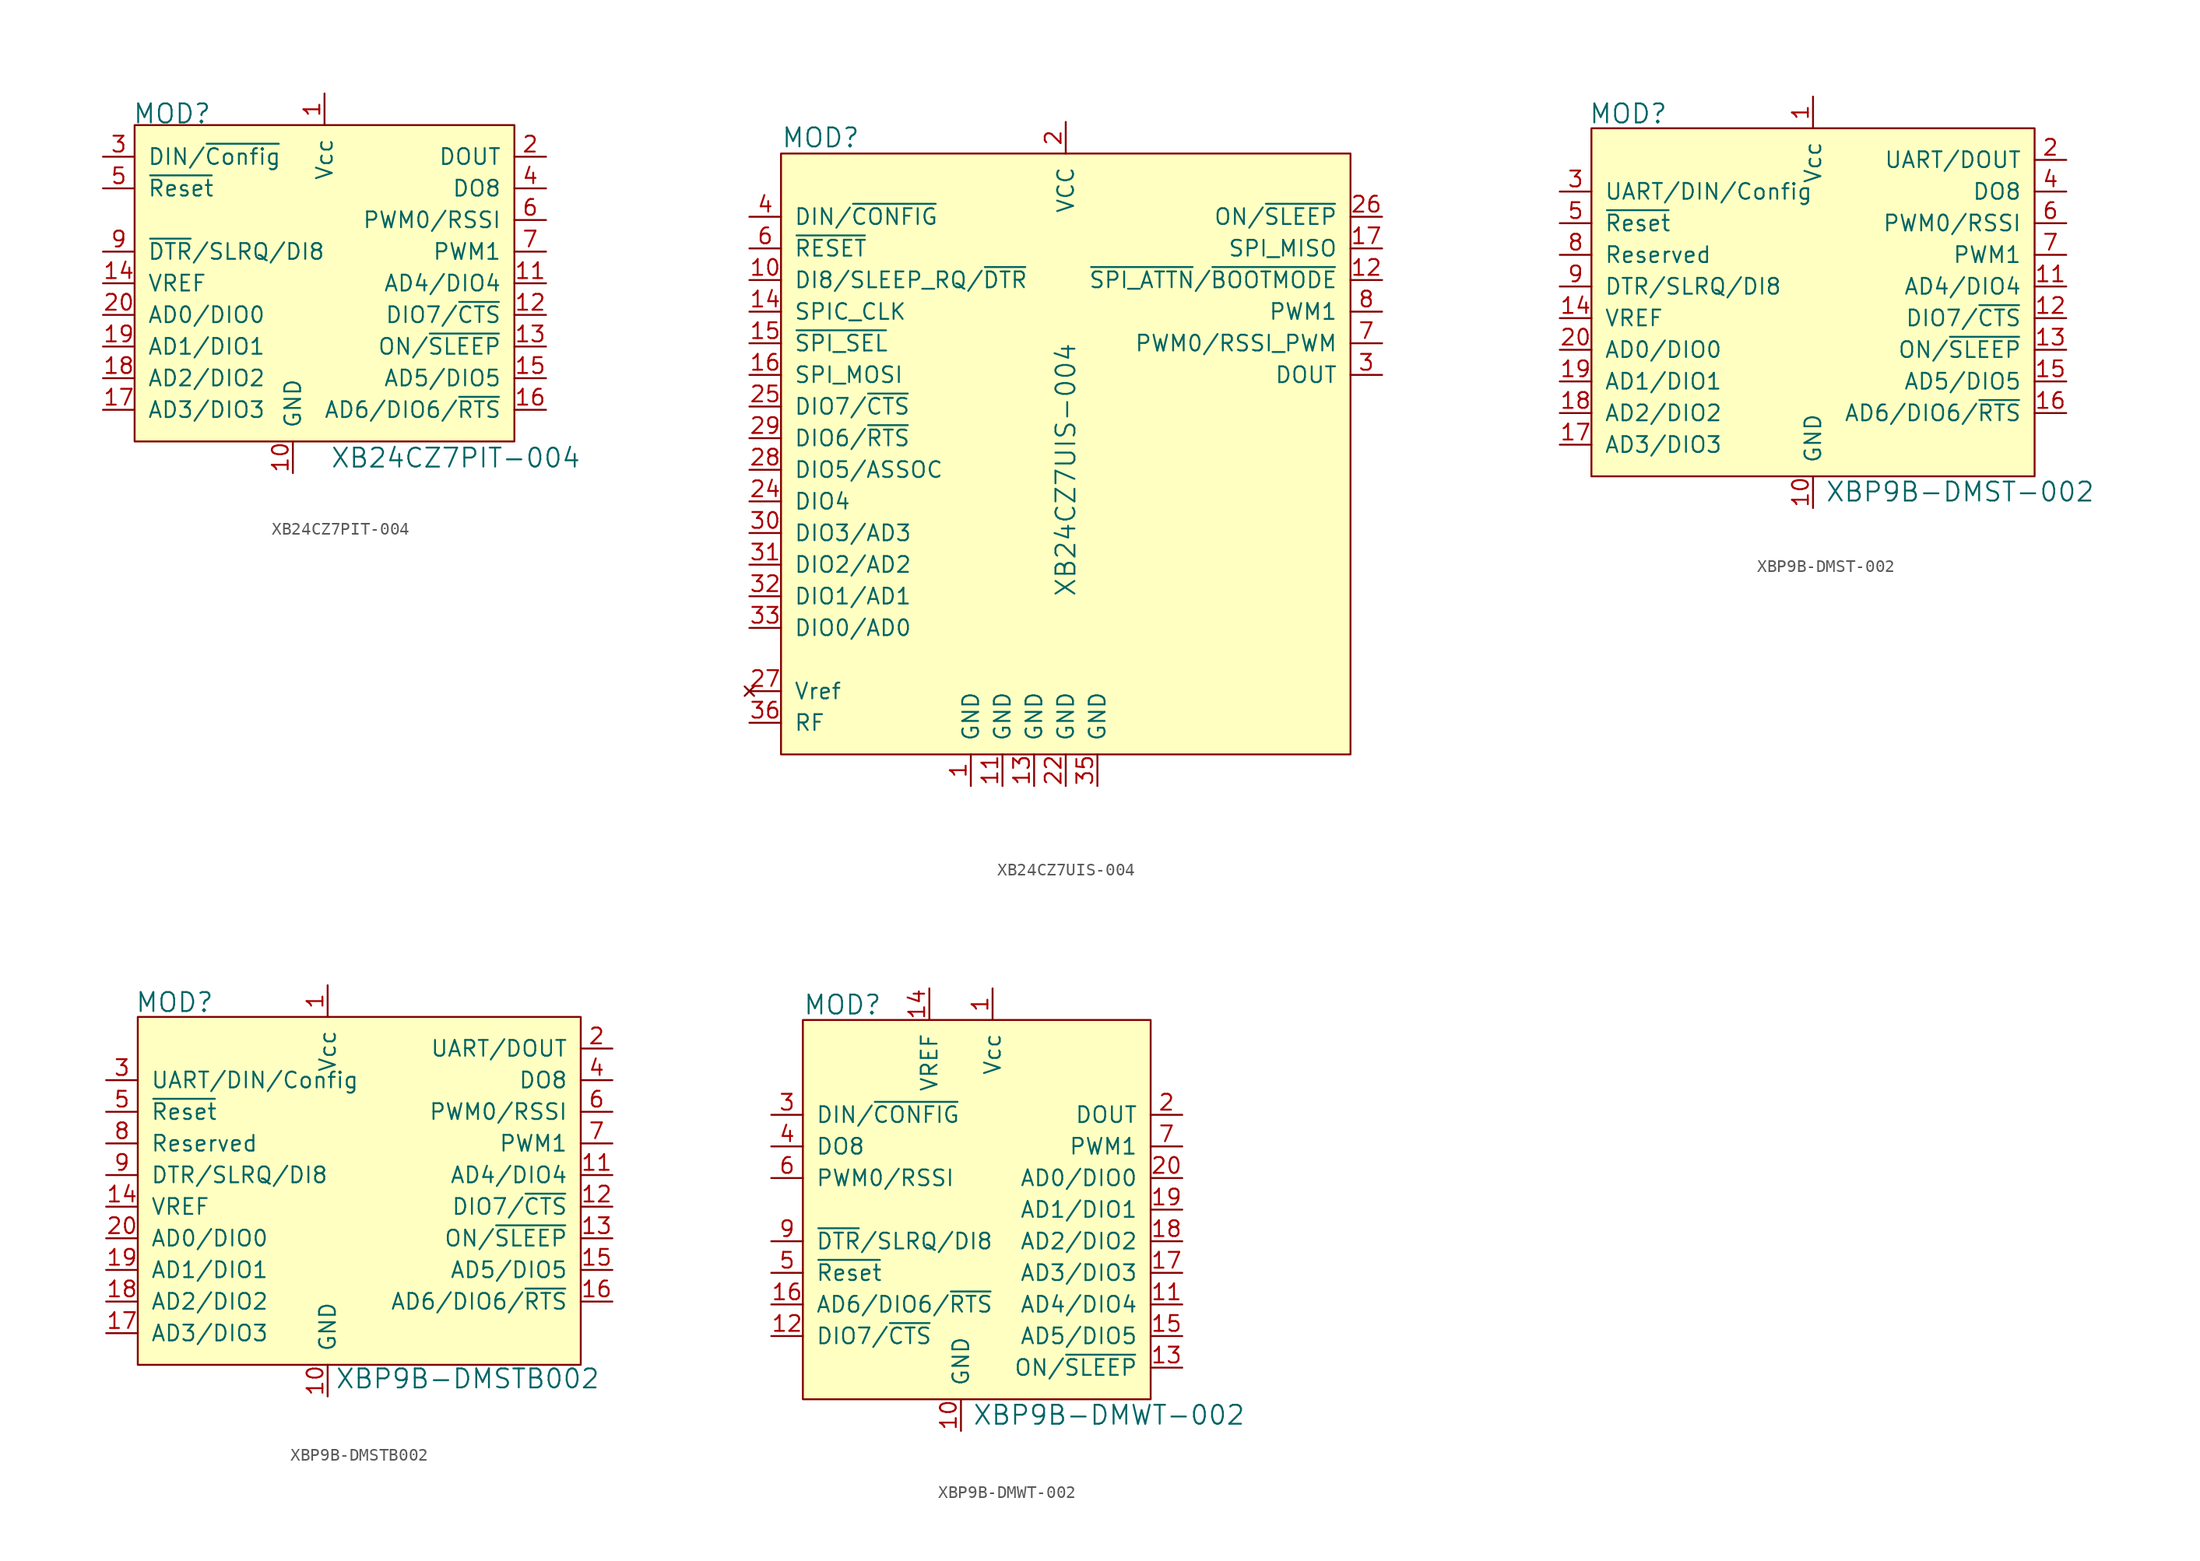
<source format=kicad_sym>
(kicad_symbol_lib
  (version 20231120)
  (generator "kicad_symbol_editor")
  (generator_version "8.0")
  (symbol "XB24CZ7PIT-004"
    (pin_names
      (offset 1.016))
    (property "Reference" "MOD"
      (at -17.958 18.694 0)
      (effects (font (size 1.524 1.524)) (justify left)))
    (property "Value" "XB24CZ7PIT-004"
      (at -2.083 -8.941 0)
      (effects (font (size 1.524 1.524)) (justify left)))
    (symbol "XB24CZ7PIT-004_0_1"
      (rectangle (start -17.78 17.78) (end 12.7 -7.62) (stroke (width 0) (type solid)) (fill (type background))))
    (symbol "XB24CZ7PIT-004_1_1"
      (pin power_in line (at -2.54 20.32 270) (length 2.54) (name "Vcc" (effects (font (size 1.27 1.27)))) (number "1" (effects (font (size 1.27 1.27)))))
      (pin power_in line (at -5.08 -10.16 90) (length 2.54) (name "GND" (effects (font (size 1.27 1.27)))) (number "10" (effects (font (size 1.27 1.27)))))
      (pin bidirectional line (at 15.24 5.08 180) (length 2.54) (name "AD4/DIO4" (effects (font (size 1.27 1.27)))) (number "11" (effects (font (size 1.27 1.27)))))
      (pin bidirectional line (at 15.24 2.54 180) (length 2.54) (name "DIO7/~{CTS}" (effects (font (size 1.27 1.27)))) (number "12" (effects (font (size 1.27 1.27)))))
      (pin output line (at 15.24 0 180) (length 2.54) (name "ON/~{SLEEP}" (effects (font (size 1.27 1.27)))) (number "13" (effects (font (size 1.27 1.27)))))
      (pin input line (at -20.32 5.08 0) (length 2.54) (name "VREF" (effects (font (size 1.27 1.27)))) (number "14" (effects (font (size 1.27 1.27)))))
      (pin bidirectional line (at 15.24 -2.54 180) (length 2.54) (name "AD5/DIO5" (effects (font (size 1.27 1.27)))) (number "15" (effects (font (size 1.27 1.27)))))
      (pin bidirectional line (at 15.24 -5.08 180) (length 2.54) (name "AD6/DIO6/~{RTS}" (effects (font (size 1.27 1.27)))) (number "16" (effects (font (size 1.27 1.27)))))
      (pin bidirectional line (at -20.32 -5.08 0) (length 2.54) (name "AD3/DIO3" (effects (font (size 1.27 1.27)))) (number "17" (effects (font (size 1.27 1.27)))))
      (pin bidirectional line (at -20.32 -2.54 0) (length 2.54) (name "AD2/DIO2" (effects (font (size 1.27 1.27)))) (number "18" (effects (font (size 1.27 1.27)))))
      (pin bidirectional line (at -20.32 0 0) (length 2.54) (name "AD1/DIO1" (effects (font (size 1.27 1.27)))) (number "19" (effects (font (size 1.27 1.27)))))
      (pin output line (at 15.24 15.24 180) (length 2.54) (name "DOUT" (effects (font (size 1.27 1.27)))) (number "2" (effects (font (size 1.27 1.27)))))
      (pin bidirectional line (at -20.32 2.54 0) (length 2.54) (name "AD0/DIO0" (effects (font (size 1.27 1.27)))) (number "20" (effects (font (size 1.27 1.27)))))
      (pin input line (at -20.32 15.24 0) (length 2.54) (name "DIN/~{Config}" (effects (font (size 1.27 1.27)))) (number "3" (effects (font (size 1.27 1.27)))))
      (pin output line (at 15.24 12.7 180) (length 2.54) (name "DO8" (effects (font (size 1.27 1.27)))) (number "4" (effects (font (size 1.27 1.27)))))
      (pin input line (at -20.32 12.7 0) (length 2.54) (name "~{Reset}" (effects (font (size 1.27 1.27)))) (number "5" (effects (font (size 1.27 1.27)))))
      (pin output line (at 15.24 10.16 180) (length 2.54) (name "PWM0/RSSI" (effects (font (size 1.27 1.27)))) (number "6" (effects (font (size 1.27 1.27)))))
      (pin output line (at 15.24 7.62 180) (length 2.54) (name "PWM1" (effects (font (size 1.27 1.27)))) (number "7" (effects (font (size 1.27 1.27)))))
      (pin no_connect line (at -17.78 10.16 0) (length 2.54) hide (name "Reserved" (effects (font (size 1.27 1.27)))) (number "8" (effects (font (size 1.27 1.27)))))
      (pin input line (at -20.32 7.62 0) (length 2.54) (name "~{DTR}/SLRQ/DI8" (effects (font (size 1.27 1.27)))) (number "9" (effects (font (size 1.27 1.27)))))))
  (symbol "XB24CZ7UIS-004"
    (pin_names
      (offset 1.016))
    (property "Reference" "MOD"
      (at -20.32 1.27 0)
      (effects (font (size 1.524 1.524)) (justify left)))
    (property "Value" "XB24CZ7UIS-004"
      (at 2.54 -25.4 90)
      (effects (font (size 1.524 1.524))))
    (symbol "XB24CZ7UIS-004_0_1"
      (rectangle (start -20.32 0) (end 25.4 -48.26) (stroke (width 0) (type solid)) (fill (type background))))
    (symbol "XB24CZ7UIS-004_1_1"
      (pin power_in line (at -5.08 -50.8 90) (length 2.54) (name "GND" (effects (font (size 1.27 1.27)))) (number "1" (effects (font (size 1.27 1.27)))))
      (pin input line (at -22.86 -10.16 0) (length 2.54) (name "DI8/SLEEP_RQ/~{DTR}" (effects (font (size 1.27 1.27)))) (number "10" (effects (font (size 1.27 1.27)))))
      (pin power_in line (at -2.54 -50.8 90) (length 2.54) (name "GND" (effects (font (size 1.27 1.27)))) (number "11" (effects (font (size 1.27 1.27)))))
      (pin output line (at 27.94 -10.16 180) (length 2.54) (name "~{SPI_ATTN}/~{BOOTMODE}" (effects (font (size 1.27 1.27)))) (number "12" (effects (font (size 1.27 1.27)))))
      (pin power_in line (at 0 -50.8 90) (length 2.54) (name "GND" (effects (font (size 1.27 1.27)))) (number "13" (effects (font (size 1.27 1.27)))))
      (pin input line (at -22.86 -12.7 0) (length 2.54) (name "SPIC_CLK" (effects (font (size 1.27 1.27)))) (number "14" (effects (font (size 1.27 1.27)))))
      (pin input line (at -22.86 -15.24 0) (length 2.54) (name "~{SPI_SEL}" (effects (font (size 1.27 1.27)))) (number "15" (effects (font (size 1.27 1.27)))))
      (pin input line (at -22.86 -17.78 0) (length 2.54) (name "SPI_MOSI" (effects (font (size 1.27 1.27)))) (number "16" (effects (font (size 1.27 1.27)))))
      (pin output line (at 27.94 -7.62 180) (length 2.54) (name "SPI_MISO" (effects (font (size 1.27 1.27)))) (number "17" (effects (font (size 1.27 1.27)))))
      (pin no_connect line (at 25.4 -35.56 180) (length 2.54) hide (name "NC" (effects (font (size 1.27 1.27)))) (number "18" (effects (font (size 1.27 1.27)))))
      (pin no_connect line (at 25.4 -33.02 180) (length 2.54) hide (name "NC" (effects (font (size 1.27 1.27)))) (number "19" (effects (font (size 1.27 1.27)))))
      (pin power_in line (at 2.54 2.54 270) (length 2.54) (name "VCC" (effects (font (size 1.27 1.27)))) (number "2" (effects (font (size 1.27 1.27)))))
      (pin no_connect line (at 25.4 -30.48 180) (length 2.54) hide (name "NC" (effects (font (size 1.27 1.27)))) (number "20" (effects (font (size 1.27 1.27)))))
      (pin no_connect line (at 25.4 -27.94 180) (length 2.54) hide (name "NC" (effects (font (size 1.27 1.27)))) (number "21" (effects (font (size 1.27 1.27)))))
      (pin power_in line (at 2.54 -50.8 90) (length 2.54) (name "GND" (effects (font (size 1.27 1.27)))) (number "22" (effects (font (size 1.27 1.27)))))
      (pin no_connect line (at 25.4 -25.4 180) (length 2.54) hide (name "NC" (effects (font (size 1.27 1.27)))) (number "23" (effects (font (size 1.27 1.27)))))
      (pin bidirectional line (at -22.86 -27.94 0) (length 2.54) (name "DIO4" (effects (font (size 1.27 1.27)))) (number "24" (effects (font (size 1.27 1.27)))))
      (pin bidirectional line (at -22.86 -20.32 0) (length 2.54) (name "DIO7/~{CTS}" (effects (font (size 1.27 1.27)))) (number "25" (effects (font (size 1.27 1.27)))))
      (pin output line (at 27.94 -5.08 180) (length 2.54) (name "ON/~{SLEEP}" (effects (font (size 1.27 1.27)))) (number "26" (effects (font (size 1.27 1.27)))))
      (pin no_connect line (at -22.86 -43.18 0) (length 2.54) (name "Vref" (effects (font (size 1.27 1.27)))) (number "27" (effects (font (size 1.27 1.27)))))
      (pin bidirectional line (at -22.86 -25.4 0) (length 2.54) (name "DIO5/ASSOC" (effects (font (size 1.27 1.27)))) (number "28" (effects (font (size 1.27 1.27)))))
      (pin bidirectional line (at -22.86 -22.86 0) (length 2.54) (name "DIO6/~{RTS}" (effects (font (size 1.27 1.27)))) (number "29" (effects (font (size 1.27 1.27)))))
      (pin output line (at 27.94 -17.78 180) (length 2.54) (name "DOUT" (effects (font (size 1.27 1.27)))) (number "3" (effects (font (size 1.27 1.27)))))
      (pin bidirectional line (at -22.86 -30.48 0) (length 2.54) (name "DIO3/AD3" (effects (font (size 1.27 1.27)))) (number "30" (effects (font (size 1.27 1.27)))))
      (pin bidirectional line (at -22.86 -33.02 0) (length 2.54) (name "DIO2/AD2" (effects (font (size 1.27 1.27)))) (number "31" (effects (font (size 1.27 1.27)))))
      (pin bidirectional line (at -22.86 -35.56 0) (length 2.54) (name "DIO1/AD1" (effects (font (size 1.27 1.27)))) (number "32" (effects (font (size 1.27 1.27)))))
      (pin bidirectional line (at -22.86 -38.1 0) (length 2.54) (name "DIO0/AD0" (effects (font (size 1.27 1.27)))) (number "33" (effects (font (size 1.27 1.27)))))
      (pin no_connect line (at 25.4 -22.86 180) (length 2.54) hide (name "NC" (effects (font (size 1.27 1.27)))) (number "34" (effects (font (size 1.27 1.27)))))
      (pin power_in line (at 5.08 -50.8 90) (length 2.54) (name "GND" (effects (font (size 1.27 1.27)))) (number "35" (effects (font (size 1.27 1.27)))))
      (pin bidirectional line (at -22.86 -45.72 0) (length 2.54) (name "RF" (effects (font (size 1.27 1.27)))) (number "36" (effects (font (size 1.27 1.27)))))
      (pin no_connect line (at 25.4 -20.32 180) (length 2.54) hide (name "NC" (effects (font (size 1.27 1.27)))) (number "37" (effects (font (size 1.27 1.27)))))
      (pin input line (at -22.86 -5.08 0) (length 2.54) (name "DIN/~{CONFIG}" (effects (font (size 1.27 1.27)))) (number "4" (effects (font (size 1.27 1.27)))))
      (pin no_connect line (at 25.4 -40.64 180) (length 2.54) hide (name "NC" (effects (font (size 1.27 1.27)))) (number "5" (effects (font (size 1.27 1.27)))))
      (pin input line (at -22.86 -7.62 0) (length 2.54) (name "~{RESET}" (effects (font (size 1.27 1.27)))) (number "6" (effects (font (size 1.27 1.27)))))
      (pin output line (at 27.94 -15.24 180) (length 2.54) (name "PWM0/RSSI_PWM" (effects (font (size 1.27 1.27)))) (number "7" (effects (font (size 1.27 1.27)))))
      (pin output line (at 27.94 -12.7 180) (length 2.54) (name "PWM1" (effects (font (size 1.27 1.27)))) (number "8" (effects (font (size 1.27 1.27)))))
      (pin no_connect line (at 25.4 -38.1 180) (length 2.54) hide (name "NC" (effects (font (size 1.27 1.27)))) (number "9" (effects (font (size 1.27 1.27)))))))
  (symbol "XBP9B-DMST-002"
    (pin_names
      (offset 1.016))
    (property "Reference" "MOD"
      (at -18.009 16.408 0)
      (effects (font (size 1.524 1.524)) (justify left)))
    (property "Value" "XBP9B-DMST-002"
      (at 0.965 -13.945 0)
      (effects (font (size 1.524 1.524)) (justify left)))
    (symbol "XBP9B-DMST-002_0_1"
      (rectangle (start -17.78 15.24) (end 17.78 -12.7) (stroke (width 0) (type solid)) (fill (type background))))
    (symbol "XBP9B-DMST-002_1_1"
      (pin power_in line (at 0 17.78 270) (length 2.54) (name "Vcc" (effects (font (size 1.27 1.27)))) (number "1" (effects (font (size 1.27 1.27)))))
      (pin power_in line (at 0 -15.24 90) (length 2.54) (name "GND" (effects (font (size 1.27 1.27)))) (number "10" (effects (font (size 1.27 1.27)))))
      (pin bidirectional line (at 20.32 2.54 180) (length 2.54) (name "AD4/DIO4" (effects (font (size 1.27 1.27)))) (number "11" (effects (font (size 1.27 1.27)))))
      (pin bidirectional line (at 20.32 0 180) (length 2.54) (name "DIO7/~{CTS}" (effects (font (size 1.27 1.27)))) (number "12" (effects (font (size 1.27 1.27)))))
      (pin output line (at 20.32 -2.54 180) (length 2.54) (name "ON/~{SLEEP}" (effects (font (size 1.27 1.27)))) (number "13" (effects (font (size 1.27 1.27)))))
      (pin input line (at -20.32 0 0) (length 2.54) (name "VREF" (effects (font (size 1.27 1.27)))) (number "14" (effects (font (size 1.27 1.27)))))
      (pin bidirectional line (at 20.32 -5.08 180) (length 2.54) (name "AD5/DIO5" (effects (font (size 1.27 1.27)))) (number "15" (effects (font (size 1.27 1.27)))))
      (pin bidirectional line (at 20.32 -7.62 180) (length 2.54) (name "AD6/DIO6/~{RTS}" (effects (font (size 1.27 1.27)))) (number "16" (effects (font (size 1.27 1.27)))))
      (pin bidirectional line (at -20.32 -10.16 0) (length 2.54) (name "AD3/DIO3" (effects (font (size 1.27 1.27)))) (number "17" (effects (font (size 1.27 1.27)))))
      (pin bidirectional line (at -20.32 -7.62 0) (length 2.54) (name "AD2/DIO2" (effects (font (size 1.27 1.27)))) (number "18" (effects (font (size 1.27 1.27)))))
      (pin bidirectional line (at -20.32 -5.08 0) (length 2.54) (name "AD1/DIO1" (effects (font (size 1.27 1.27)))) (number "19" (effects (font (size 1.27 1.27)))))
      (pin output line (at 20.32 12.7 180) (length 2.54) (name "UART/DOUT" (effects (font (size 1.27 1.27)))) (number "2" (effects (font (size 1.27 1.27)))))
      (pin bidirectional line (at -20.32 -2.54 0) (length 2.54) (name "AD0/DIO0" (effects (font (size 1.27 1.27)))) (number "20" (effects (font (size 1.27 1.27)))))
      (pin input line (at -20.32 10.16 0) (length 2.54) (name "UART/DIN/Config" (effects (font (size 1.27 1.27)))) (number "3" (effects (font (size 1.27 1.27)))))
      (pin output line (at 20.32 10.16 180) (length 2.54) (name "DO8" (effects (font (size 1.27 1.27)))) (number "4" (effects (font (size 1.27 1.27)))))
      (pin input line (at -20.32 7.62 0) (length 2.54) (name "~{Reset}" (effects (font (size 1.27 1.27)))) (number "5" (effects (font (size 1.27 1.27)))))
      (pin output line (at 20.32 7.62 180) (length 2.54) (name "PWM0/RSSI" (effects (font (size 1.27 1.27)))) (number "6" (effects (font (size 1.27 1.27)))))
      (pin output line (at 20.32 5.08 180) (length 2.54) (name "PWM1" (effects (font (size 1.27 1.27)))) (number "7" (effects (font (size 1.27 1.27)))))
      (pin bidirectional line (at -20.32 5.08 0) (length 2.54) (name "Reserved" (effects (font (size 1.27 1.27)))) (number "8" (effects (font (size 1.27 1.27)))))
      (pin input line (at -20.32 2.54 0) (length 2.54) (name "DTR/SLRQ/DI8" (effects (font (size 1.27 1.27)))) (number "9" (effects (font (size 1.27 1.27)))))))
  (symbol "XBP9B-DMSTB002"
    (pin_names
      (offset 1.016))
    (property "Reference" "MOD"
      (at -18.009 18.948 0)
      (effects (font (size 1.524 1.524)) (justify left)))
    (property "Value" "XBP9B-DMSTB002"
      (at -1.956 -11.278 0)
      (effects (font (size 1.524 1.524)) (justify left)))
    (symbol "XBP9B-DMSTB002_0_1"
      (rectangle (start -17.78 17.78) (end 17.78 -10.16) (stroke (width 0) (type solid)) (fill (type background))))
    (symbol "XBP9B-DMSTB002_1_1"
      (pin power_in line (at -2.54 20.32 270) (length 2.54) (name "Vcc" (effects (font (size 1.27 1.27)))) (number "1" (effects (font (size 1.27 1.27)))))
      (pin power_in line (at -2.54 -12.7 90) (length 2.54) (name "GND" (effects (font (size 1.27 1.27)))) (number "10" (effects (font (size 1.27 1.27)))))
      (pin bidirectional line (at 20.32 5.08 180) (length 2.54) (name "AD4/DIO4" (effects (font (size 1.27 1.27)))) (number "11" (effects (font (size 1.27 1.27)))))
      (pin bidirectional line (at 20.32 2.54 180) (length 2.54) (name "DIO7/~{CTS}" (effects (font (size 1.27 1.27)))) (number "12" (effects (font (size 1.27 1.27)))))
      (pin output line (at 20.32 0 180) (length 2.54) (name "ON/~{SLEEP}" (effects (font (size 1.27 1.27)))) (number "13" (effects (font (size 1.27 1.27)))))
      (pin input line (at -20.32 2.54 0) (length 2.54) (name "VREF" (effects (font (size 1.27 1.27)))) (number "14" (effects (font (size 1.27 1.27)))))
      (pin bidirectional line (at 20.32 -2.54 180) (length 2.54) (name "AD5/DIO5" (effects (font (size 1.27 1.27)))) (number "15" (effects (font (size 1.27 1.27)))))
      (pin bidirectional line (at 20.32 -5.08 180) (length 2.54) (name "AD6/DIO6/~{RTS}" (effects (font (size 1.27 1.27)))) (number "16" (effects (font (size 1.27 1.27)))))
      (pin bidirectional line (at -20.32 -7.62 0) (length 2.54) (name "AD3/DIO3" (effects (font (size 1.27 1.27)))) (number "17" (effects (font (size 1.27 1.27)))))
      (pin bidirectional line (at -20.32 -5.08 0) (length 2.54) (name "AD2/DIO2" (effects (font (size 1.27 1.27)))) (number "18" (effects (font (size 1.27 1.27)))))
      (pin bidirectional line (at -20.32 -2.54 0) (length 2.54) (name "AD1/DIO1" (effects (font (size 1.27 1.27)))) (number "19" (effects (font (size 1.27 1.27)))))
      (pin output line (at 20.32 15.24 180) (length 2.54) (name "UART/DOUT" (effects (font (size 1.27 1.27)))) (number "2" (effects (font (size 1.27 1.27)))))
      (pin bidirectional line (at -20.32 0 0) (length 2.54) (name "AD0/DIO0" (effects (font (size 1.27 1.27)))) (number "20" (effects (font (size 1.27 1.27)))))
      (pin input line (at -20.32 12.7 0) (length 2.54) (name "UART/DIN/Config" (effects (font (size 1.27 1.27)))) (number "3" (effects (font (size 1.27 1.27)))))
      (pin output line (at 20.32 12.7 180) (length 2.54) (name "DO8" (effects (font (size 1.27 1.27)))) (number "4" (effects (font (size 1.27 1.27)))))
      (pin input line (at -20.32 10.16 0) (length 2.54) (name "~{Reset}" (effects (font (size 1.27 1.27)))) (number "5" (effects (font (size 1.27 1.27)))))
      (pin output line (at 20.32 10.16 180) (length 2.54) (name "PWM0/RSSI" (effects (font (size 1.27 1.27)))) (number "6" (effects (font (size 1.27 1.27)))))
      (pin output line (at 20.32 7.62 180) (length 2.54) (name "PWM1" (effects (font (size 1.27 1.27)))) (number "7" (effects (font (size 1.27 1.27)))))
      (pin bidirectional line (at -20.32 7.62 0) (length 2.54) (name "Reserved" (effects (font (size 1.27 1.27)))) (number "8" (effects (font (size 1.27 1.27)))))
      (pin input line (at -20.32 5.08 0) (length 2.54) (name "DTR/SLRQ/DI8" (effects (font (size 1.27 1.27)))) (number "9" (effects (font (size 1.27 1.27)))))))
  (symbol "XBP9B-DMWT-002"
    (pin_names
      (offset 1.016))
    (property "Reference" "MOD"
      (at -12.7 29.159 0)
      (effects (font (size 1.524 1.524)) (justify left)))
    (property "Value" "XBP9B-DMWT-002"
      (at 0.914 -3.81 0)
      (effects (font (size 1.524 1.524)) (justify left)))
    (symbol "XBP9B-DMWT-002_0_1"
      (rectangle (start -12.7 27.94) (end 15.24 -2.54) (stroke (width 0) (type solid)) (fill (type background))))
    (symbol "XBP9B-DMWT-002_1_1"
      (pin power_in line (at 2.54 30.48 270) (length 2.54) (name "Vcc" (effects (font (size 1.27 1.27)))) (number "1" (effects (font (size 1.27 1.27)))))
      (pin power_in line (at 0 -5.08 90) (length 2.54) (name "GND" (effects (font (size 1.27 1.27)))) (number "10" (effects (font (size 1.27 1.27)))))
      (pin bidirectional line (at 17.78 5.08 180) (length 2.54) (name "AD4/DIO4" (effects (font (size 1.27 1.27)))) (number "11" (effects (font (size 1.27 1.27)))))
      (pin bidirectional line (at -15.24 2.54 0) (length 2.54) (name "DIO7/~{CTS}" (effects (font (size 1.27 1.27)))) (number "12" (effects (font (size 1.27 1.27)))))
      (pin input line (at 17.78 0 180) (length 2.54) (name "ON/~{SLEEP}" (effects (font (size 1.27 1.27)))) (number "13" (effects (font (size 1.27 1.27)))))
      (pin input line (at -2.54 30.48 270) (length 2.54) (name "VREF" (effects (font (size 1.27 1.27)))) (number "14" (effects (font (size 1.27 1.27)))))
      (pin bidirectional line (at 17.78 2.54 180) (length 2.54) (name "AD5/DIO5" (effects (font (size 1.27 1.27)))) (number "15" (effects (font (size 1.27 1.27)))))
      (pin bidirectional line (at -15.24 5.08 0) (length 2.54) (name "AD6/DIO6/~{RTS}" (effects (font (size 1.27 1.27)))) (number "16" (effects (font (size 1.27 1.27)))))
      (pin bidirectional line (at 17.78 7.62 180) (length 2.54) (name "AD3/DIO3" (effects (font (size 1.27 1.27)))) (number "17" (effects (font (size 1.27 1.27)))))
      (pin bidirectional line (at 17.78 10.16 180) (length 2.54) (name "AD2/DIO2" (effects (font (size 1.27 1.27)))) (number "18" (effects (font (size 1.27 1.27)))))
      (pin bidirectional line (at 17.78 12.7 180) (length 2.54) (name "AD1/DIO1" (effects (font (size 1.27 1.27)))) (number "19" (effects (font (size 1.27 1.27)))))
      (pin output line (at 17.78 20.32 180) (length 2.54) (name "DOUT" (effects (font (size 1.27 1.27)))) (number "2" (effects (font (size 1.27 1.27)))))
      (pin bidirectional line (at 17.78 15.24 180) (length 2.54) (name "AD0/DIO0" (effects (font (size 1.27 1.27)))) (number "20" (effects (font (size 1.27 1.27)))))
      (pin input line (at -15.24 20.32 0) (length 2.54) (name "DIN/~{CONFIG}" (effects (font (size 1.27 1.27)))) (number "3" (effects (font (size 1.27 1.27)))))
      (pin bidirectional line (at -15.24 17.78 0) (length 2.54) (name "DO8" (effects (font (size 1.27 1.27)))) (number "4" (effects (font (size 1.27 1.27)))))
      (pin input line (at -15.24 7.62 0) (length 2.54) (name "~{Reset}" (effects (font (size 1.27 1.27)))) (number "5" (effects (font (size 1.27 1.27)))))
      (pin bidirectional line (at -15.24 15.24 0) (length 2.54) (name "PWM0/RSSI" (effects (font (size 1.27 1.27)))) (number "6" (effects (font (size 1.27 1.27)))))
      (pin output line (at 17.78 17.78 180) (length 2.54) (name "PWM1" (effects (font (size 1.27 1.27)))) (number "7" (effects (font (size 1.27 1.27)))))
      (pin no_connect line (at -12.7 12.7 0) (length 2.54) hide (name "Reserved" (effects (font (size 1.27 1.27)))) (number "8" (effects (font (size 1.27 1.27)))))
      (pin bidirectional line (at -15.24 10.16 0) (length 2.54) (name "~{DTR}/SLRQ/DI8" (effects (font (size 1.27 1.27)))) (number "9" (effects (font (size 1.27 1.27))))))))
</source>
